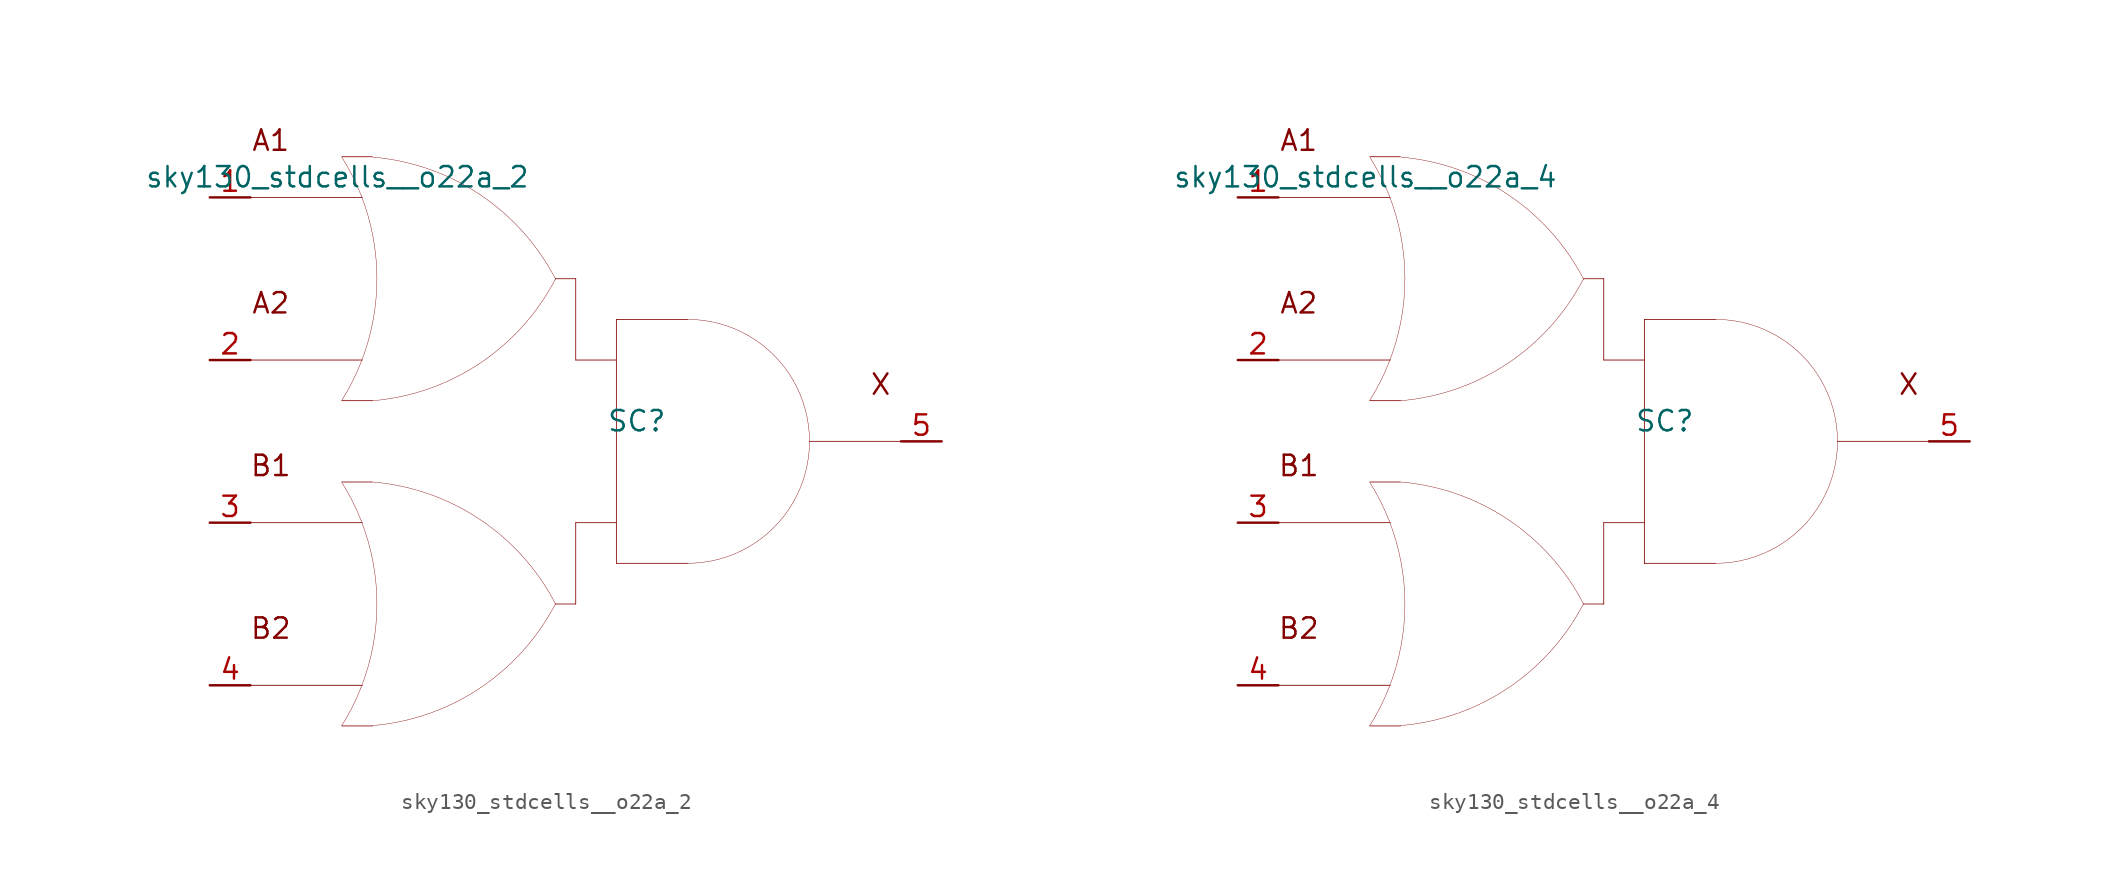
<source format=kicad_sym>
(kicad_symbol_lib
  (version 20211014)
  (generator kicad_symbol_editor)
  (symbol "sky130_stdcells__o22a_2"
    (pin_names hide)
    (property "Reference" "SC"
      (at 3.81 1.27 0)
      (effects (font (size 1.27 1.27))))
    (property "Value" "sky130_stdcells__o22a_2"
      (at -2.845 16.51 0)
      (effects (font (size 1.27 1.27)) (justify right)))
    (symbol "sky130_stdcells__o22a_2_0_0"
      (arc (start -14.6255 -17.7742) (mid -13.968 -16.618) (end -13.4212 -15.4056) (stroke (width 0.0254) (type default) (color 0 0 0 0)) (fill (type none)))
      (arc (start -14.6255 2.5458) (mid -13.968 3.702) (end -13.4212 4.9144) (stroke (width 0.0254) (type default) (color 0 0 0 0)) (fill (type none)))
      (arc (start -13.4212 -15.4056) (mid -12.9863 -14.1355) (end -12.673 -12.8301) (stroke (width 0.0254) (type default) (color 0 0 0 0)) (fill (type none)))
      (arc (start -13.4212 4.9144) (mid -12.9863 6.1845) (end -12.673 7.4899) (stroke (width 0.0254) (type default) (color 0 0 0 0)) (fill (type none)))
      (arc (start -13.403 -4.9607) (mid -13.9512 -3.7352) (end -14.6123 -2.5668) (stroke (width 0.0254) (type default) (color 0 0 0 0)) (fill (type none)))
      (arc (start -13.403 15.3593) (mid -13.9512 16.5848) (end -14.6123 17.7532) (stroke (width 0.0254) (type default) (color 0 0 0 0)) (fill (type none)))
      (arc (start -12.705 -17.7577) (mid -6.011 -15.4332) (end -1.2741 -10.163) (stroke (width 0.0254) (type default) (color 0 0 0 0)) (fill (type none)))
      (arc (start -12.705 2.5369) (mid -6.011 4.8614) (end -1.2741 10.1316) (stroke (width 0.0254) (type default) (color 0 0 0 0)) (fill (type none)))
      (arc (start -12.673 -12.8301) (mid -12.4838 -11.501) (end -12.4206 -10.16) (stroke (width 0.0254) (type default) (color 0 0 0 0)) (fill (type none)))
      (arc (start -12.673 7.4899) (mid -12.4838 8.819) (end -12.4206 10.16) (stroke (width 0.0254) (type default) (color 0 0 0 0)) (fill (type none)))
      (arc (start -12.6684 -7.5144) (mid -12.9761 -6.2204) (end -13.403 -4.9607) (stroke (width 0.0254) (type default) (color 0 0 0 0)) (fill (type none)))
      (arc (start -12.6684 12.8056) (mid -12.9761 14.0996) (end -13.403 15.3593) (stroke (width 0.0254) (type default) (color 0 0 0 0)) (fill (type none)))
      (arc (start -12.4206 -10.16) (mid -12.4827 -8.8314) (end -12.6684 -7.5144) (stroke (width 0.0254) (type default) (color 0 0 0 0)) (fill (type none)))
      (arc (start -12.4206 10.16) (mid -12.4827 11.4886) (end -12.6684 12.8056) (stroke (width 0.0254) (type default) (color 0 0 0 0)) (fill (type none)))
      (arc (start -1.2513 -10.1756) (mid -5.9698 -4.889) (end -12.6556 -2.5411) (stroke (width 0.0254) (type default) (color 0 0 0 0)) (fill (type none)))
      (arc (start -1.2513 10.119) (mid -5.9698 15.4056) (end -12.6556 17.7535) (stroke (width 0.0254) (type default) (color 0 0 0 0)) (fill (type none)))
      (polyline (pts (xy -20.32 -15.24) (xy -13.335 -15.24)) (stroke (width 0.051) (type default) (color 0 0 0 0)) (fill (type none)))
      (polyline (pts (xy -20.32 -5.08) (xy -13.335 -5.08)) (stroke (width 0.051) (type default) (color 0 0 0 0)) (fill (type none)))
      (polyline (pts (xy -20.32 5.08) (xy -13.335 5.08)) (stroke (width 0.051) (type default) (color 0 0 0 0)) (fill (type none)))
      (polyline (pts (xy -20.32 15.24) (xy -13.335 15.24)) (stroke (width 0.051) (type default) (color 0 0 0 0)) (fill (type none)))
      (polyline (pts (xy -14.605 -17.78) (xy -12.7 -17.78)) (stroke (width 0.051) (type default) (color 0 0 0 0)) (fill (type none)))
      (polyline (pts (xy -14.605 -2.54) (xy -12.7 -2.54)) (stroke (width 0.051) (type default) (color 0 0 0 0)) (fill (type none)))
      (polyline (pts (xy -14.605 2.54) (xy -12.7 2.54)) (stroke (width 0.051) (type default) (color 0 0 0 0)) (fill (type none)))
      (polyline (pts (xy -14.605 17.78) (xy -12.7 17.78)) (stroke (width 0.051) (type default) (color 0 0 0 0)) (fill (type none)))
      (polyline (pts (xy -1.27 -10.16) (xy 0 -10.16)) (stroke (width 0.051) (type default) (color 0 0 0 0)) (fill (type none)))
      (polyline (pts (xy -1.27 10.16) (xy 0 10.16)) (stroke (width 0.051) (type default) (color 0 0 0 0)) (fill (type none)))
      (polyline (pts (xy 0 -5.08) (xy 0 -10.16)) (stroke (width 0.051) (type default) (color 0 0 0 0)) (fill (type none)))
      (polyline (pts (xy 0 -5.08) (xy 2.54 -5.08)) (stroke (width 0.051) (type default) (color 0 0 0 0)) (fill (type none)))
      (polyline (pts (xy 0 5.08) (xy 2.54 5.08)) (stroke (width 0.051) (type default) (color 0 0 0 0)) (fill (type none)))
      (polyline (pts (xy 0 10.16) (xy 0 5.08)) (stroke (width 0.051) (type default) (color 0 0 0 0)) (fill (type none)))
      (polyline (pts (xy 2.54 -7.62) (xy 6.985 -7.62)) (stroke (width 0.051) (type default) (color 0 0 0 0)) (fill (type none)))
      (polyline (pts (xy 2.54 7.62) (xy 2.54 -7.62)) (stroke (width 0.051) (type default) (color 0 0 0 0)) (fill (type none)))
      (polyline (pts (xy 2.54 7.62) (xy 6.985 7.62)) (stroke (width 0.051) (type default) (color 0 0 0 0)) (fill (type none)))
      (polyline (pts (xy 14.605 0) (xy 20.32 0)) (stroke (width 0.051) (type default) (color 0 0 0 0)) (fill (type none)))
      (arc (start 6.985 -7.62) (mid 8.9572 -7.3604) (end 10.795 -6.5991) (stroke (width 0.0254) (type default) (color 0 0 0 0)) (fill (type none)))
      (arc (start 10.795 -6.5991) (mid 12.3731 -5.3881) (end 13.5841 -3.81) (stroke (width 0.0254) (type default) (color 0 0 0 0)) (fill (type none)))
      (arc (start 10.795 6.5991) (mid 8.9572 7.3603) (end 6.985 7.62) (stroke (width 0.0254) (type default) (color 0 0 0 0)) (fill (type none)))
      (arc (start 13.5841 -3.81) (mid 14.3453 -1.9722) (end 14.605 0) (stroke (width 0.0254) (type default) (color 0 0 0 0)) (fill (type none)))
      (arc (start 13.5841 3.81) (mid 12.3731 5.3881) (end 10.795 6.5991) (stroke (width 0.0254) (type default) (color 0 0 0 0)) (fill (type none)))
      (arc (start 14.605 0) (mid 14.3454 1.9722) (end 13.5841 3.81) (stroke (width 0.0254) (type default) (color 0 0 0 0)) (fill (type none)))
      (text "A1" (at -19.05 18.796 0) (effects (font (size 1.27 1.27))))
      (text "A2" (at -19.05 8.636 0) (effects (font (size 1.27 1.27))))
      (text "B1" (at -19.05 -1.524 0) (effects (font (size 1.27 1.27))))
      (text "B2" (at -19.05 -11.684 0) (effects (font (size 1.27 1.27))))
      (text "X" (at 19.05 3.556 0) (effects (font (size 1.27 1.27)))))
    (symbol "sky130_stdcells__o22a_2_1_1"
      (pin input line (at -22.86 15.24 0) (length 2.54) (name "A1" (effects (font (size 1.092 1.092)))) (number "1" (effects (font (size 1.27 1.27)))))
      (pin input line (at -22.86 5.08 0) (length 2.54) (name "A2" (effects (font (size 1.092 1.092)))) (number "2" (effects (font (size 1.27 1.27)))))
      (pin input line (at -22.86 -5.08 0) (length 2.54) (name "B1" (effects (font (size 1.092 1.092)))) (number "3" (effects (font (size 1.27 1.27)))))
      (pin input line (at -22.86 -15.24 0) (length 2.54) (name "B2" (effects (font (size 1.092 1.092)))) (number "4" (effects (font (size 1.27 1.27)))))
      (pin output line (at 22.86 0 180) (length 2.54) (name "X" (effects (font (size 1.092 1.092)))) (number "5" (effects (font (size 1.27 1.27)))))))
  (symbol "sky130_stdcells__o22a_4"
    (pin_names hide)
    (property "Reference" "SC"
      (at 3.81 1.27 0)
      (effects (font (size 1.27 1.27))))
    (property "Value" "sky130_stdcells__o22a_4"
      (at -2.845 16.51 0)
      (effects (font (size 1.27 1.27)) (justify right)))
    (symbol "sky130_stdcells__o22a_4_0_0"
      (arc (start -14.6255 -17.7742) (mid -13.968 -16.618) (end -13.4212 -15.4056) (stroke (width 0.0254) (type default) (color 0 0 0 0)) (fill (type none)))
      (arc (start -14.6255 2.5458) (mid -13.968 3.702) (end -13.4212 4.9144) (stroke (width 0.0254) (type default) (color 0 0 0 0)) (fill (type none)))
      (arc (start -13.4212 -15.4056) (mid -12.9863 -14.1355) (end -12.673 -12.8301) (stroke (width 0.0254) (type default) (color 0 0 0 0)) (fill (type none)))
      (arc (start -13.4212 4.9144) (mid -12.9863 6.1845) (end -12.673 7.4899) (stroke (width 0.0254) (type default) (color 0 0 0 0)) (fill (type none)))
      (arc (start -13.403 -4.9607) (mid -13.9512 -3.7352) (end -14.6123 -2.5668) (stroke (width 0.0254) (type default) (color 0 0 0 0)) (fill (type none)))
      (arc (start -13.403 15.3593) (mid -13.9512 16.5848) (end -14.6123 17.7532) (stroke (width 0.0254) (type default) (color 0 0 0 0)) (fill (type none)))
      (arc (start -12.705 -17.7577) (mid -6.011 -15.4332) (end -1.2741 -10.163) (stroke (width 0.0254) (type default) (color 0 0 0 0)) (fill (type none)))
      (arc (start -12.705 2.5369) (mid -6.011 4.8614) (end -1.2741 10.1316) (stroke (width 0.0254) (type default) (color 0 0 0 0)) (fill (type none)))
      (arc (start -12.673 -12.8301) (mid -12.4838 -11.501) (end -12.4206 -10.16) (stroke (width 0.0254) (type default) (color 0 0 0 0)) (fill (type none)))
      (arc (start -12.673 7.4899) (mid -12.4838 8.819) (end -12.4206 10.16) (stroke (width 0.0254) (type default) (color 0 0 0 0)) (fill (type none)))
      (arc (start -12.6684 -7.5144) (mid -12.9761 -6.2204) (end -13.403 -4.9607) (stroke (width 0.0254) (type default) (color 0 0 0 0)) (fill (type none)))
      (arc (start -12.6684 12.8056) (mid -12.9761 14.0996) (end -13.403 15.3593) (stroke (width 0.0254) (type default) (color 0 0 0 0)) (fill (type none)))
      (arc (start -12.4206 -10.16) (mid -12.4827 -8.8314) (end -12.6684 -7.5144) (stroke (width 0.0254) (type default) (color 0 0 0 0)) (fill (type none)))
      (arc (start -12.4206 10.16) (mid -12.4827 11.4886) (end -12.6684 12.8056) (stroke (width 0.0254) (type default) (color 0 0 0 0)) (fill (type none)))
      (arc (start -1.2513 -10.1756) (mid -5.9698 -4.889) (end -12.6556 -2.5411) (stroke (width 0.0254) (type default) (color 0 0 0 0)) (fill (type none)))
      (arc (start -1.2513 10.119) (mid -5.9698 15.4056) (end -12.6556 17.7535) (stroke (width 0.0254) (type default) (color 0 0 0 0)) (fill (type none)))
      (polyline (pts (xy -20.32 -15.24) (xy -13.335 -15.24)) (stroke (width 0.051) (type default) (color 0 0 0 0)) (fill (type none)))
      (polyline (pts (xy -20.32 -5.08) (xy -13.335 -5.08)) (stroke (width 0.051) (type default) (color 0 0 0 0)) (fill (type none)))
      (polyline (pts (xy -20.32 5.08) (xy -13.335 5.08)) (stroke (width 0.051) (type default) (color 0 0 0 0)) (fill (type none)))
      (polyline (pts (xy -20.32 15.24) (xy -13.335 15.24)) (stroke (width 0.051) (type default) (color 0 0 0 0)) (fill (type none)))
      (polyline (pts (xy -14.605 -17.78) (xy -12.7 -17.78)) (stroke (width 0.051) (type default) (color 0 0 0 0)) (fill (type none)))
      (polyline (pts (xy -14.605 -2.54) (xy -12.7 -2.54)) (stroke (width 0.051) (type default) (color 0 0 0 0)) (fill (type none)))
      (polyline (pts (xy -14.605 2.54) (xy -12.7 2.54)) (stroke (width 0.051) (type default) (color 0 0 0 0)) (fill (type none)))
      (polyline (pts (xy -14.605 17.78) (xy -12.7 17.78)) (stroke (width 0.051) (type default) (color 0 0 0 0)) (fill (type none)))
      (polyline (pts (xy -1.27 -10.16) (xy 0 -10.16)) (stroke (width 0.051) (type default) (color 0 0 0 0)) (fill (type none)))
      (polyline (pts (xy -1.27 10.16) (xy 0 10.16)) (stroke (width 0.051) (type default) (color 0 0 0 0)) (fill (type none)))
      (polyline (pts (xy 0 -5.08) (xy 0 -10.16)) (stroke (width 0.051) (type default) (color 0 0 0 0)) (fill (type none)))
      (polyline (pts (xy 0 -5.08) (xy 2.54 -5.08)) (stroke (width 0.051) (type default) (color 0 0 0 0)) (fill (type none)))
      (polyline (pts (xy 0 5.08) (xy 2.54 5.08)) (stroke (width 0.051) (type default) (color 0 0 0 0)) (fill (type none)))
      (polyline (pts (xy 0 10.16) (xy 0 5.08)) (stroke (width 0.051) (type default) (color 0 0 0 0)) (fill (type none)))
      (polyline (pts (xy 2.54 -7.62) (xy 6.985 -7.62)) (stroke (width 0.051) (type default) (color 0 0 0 0)) (fill (type none)))
      (polyline (pts (xy 2.54 7.62) (xy 2.54 -7.62)) (stroke (width 0.051) (type default) (color 0 0 0 0)) (fill (type none)))
      (polyline (pts (xy 2.54 7.62) (xy 6.985 7.62)) (stroke (width 0.051) (type default) (color 0 0 0 0)) (fill (type none)))
      (polyline (pts (xy 14.605 0) (xy 20.32 0)) (stroke (width 0.051) (type default) (color 0 0 0 0)) (fill (type none)))
      (arc (start 6.985 -7.62) (mid 8.9572 -7.3604) (end 10.795 -6.5991) (stroke (width 0.0254) (type default) (color 0 0 0 0)) (fill (type none)))
      (arc (start 10.795 -6.5991) (mid 12.3731 -5.3881) (end 13.5841 -3.81) (stroke (width 0.0254) (type default) (color 0 0 0 0)) (fill (type none)))
      (arc (start 10.795 6.5991) (mid 8.9572 7.3603) (end 6.985 7.62) (stroke (width 0.0254) (type default) (color 0 0 0 0)) (fill (type none)))
      (arc (start 13.5841 -3.81) (mid 14.3453 -1.9722) (end 14.605 0) (stroke (width 0.0254) (type default) (color 0 0 0 0)) (fill (type none)))
      (arc (start 13.5841 3.81) (mid 12.3731 5.3881) (end 10.795 6.5991) (stroke (width 0.0254) (type default) (color 0 0 0 0)) (fill (type none)))
      (arc (start 14.605 0) (mid 14.3454 1.9722) (end 13.5841 3.81) (stroke (width 0.0254) (type default) (color 0 0 0 0)) (fill (type none)))
      (text "A1" (at -19.05 18.796 0) (effects (font (size 1.27 1.27))))
      (text "A2" (at -19.05 8.636 0) (effects (font (size 1.27 1.27))))
      (text "B1" (at -19.05 -1.524 0) (effects (font (size 1.27 1.27))))
      (text "B2" (at -19.05 -11.684 0) (effects (font (size 1.27 1.27))))
      (text "X" (at 19.05 3.556 0) (effects (font (size 1.27 1.27)))))
    (symbol "sky130_stdcells__o22a_4_1_1"
      (pin input line (at -22.86 15.24 0) (length 2.54) (name "A1" (effects (font (size 1.092 1.092)))) (number "1" (effects (font (size 1.27 1.27)))))
      (pin input line (at -22.86 5.08 0) (length 2.54) (name "A2" (effects (font (size 1.092 1.092)))) (number "2" (effects (font (size 1.27 1.27)))))
      (pin input line (at -22.86 -5.08 0) (length 2.54) (name "B1" (effects (font (size 1.092 1.092)))) (number "3" (effects (font (size 1.27 1.27)))))
      (pin input line (at -22.86 -15.24 0) (length 2.54) (name "B2" (effects (font (size 1.092 1.092)))) (number "4" (effects (font (size 1.27 1.27)))))
      (pin output line (at 22.86 0 180) (length 2.54) (name "X" (effects (font (size 1.092 1.092)))) (number "5" (effects (font (size 1.27 1.27))))))))
</source>
